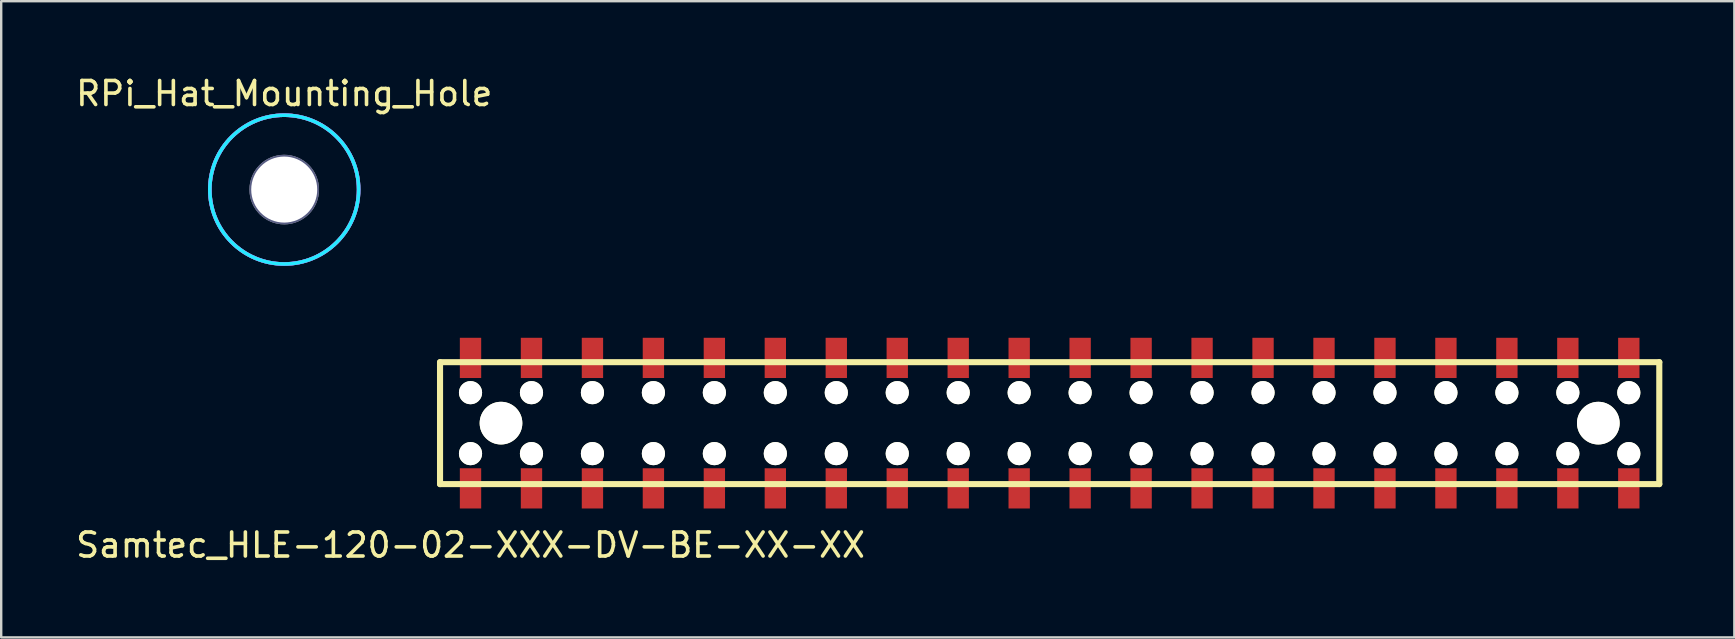
<source format=kicad_pcb>
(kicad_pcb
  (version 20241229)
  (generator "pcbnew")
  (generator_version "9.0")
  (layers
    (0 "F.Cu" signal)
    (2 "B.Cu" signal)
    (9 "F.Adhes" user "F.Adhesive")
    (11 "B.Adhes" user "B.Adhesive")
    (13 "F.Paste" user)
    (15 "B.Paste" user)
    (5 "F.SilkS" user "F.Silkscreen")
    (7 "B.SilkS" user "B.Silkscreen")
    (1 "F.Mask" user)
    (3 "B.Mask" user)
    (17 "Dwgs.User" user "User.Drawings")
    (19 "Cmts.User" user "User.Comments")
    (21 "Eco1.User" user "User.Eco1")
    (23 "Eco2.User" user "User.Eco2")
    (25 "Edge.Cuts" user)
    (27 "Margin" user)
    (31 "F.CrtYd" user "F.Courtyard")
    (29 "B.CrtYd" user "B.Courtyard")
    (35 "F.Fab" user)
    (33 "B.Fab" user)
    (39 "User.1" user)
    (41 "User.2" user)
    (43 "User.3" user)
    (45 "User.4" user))
  (footprint "RPi_Hat_Mounting_Hole"
    (layer "F.Cu")
    (at 8.792 4.849)
    (property "Reference" "RPi_Hat_Mounting_Hole" (at 0 -4 0) (layer "F.SilkS") (effects (font (size 1 1) (thickness 0.15))))
    (attr through_hole)
    (fp_circle (center 0 0) (end 3.1 0) (stroke (width 0.15) (type solid)) (fill no) (layer "B.CrtYd"))
    (fp_circle (center 0 0) (end 3.1 0) (stroke (width 0.15) (type solid)) (fill no) (layer "F.CrtYd"))
    (fp_circle (center 0 0) (end 1.375 0) (stroke (width 0.15) (type solid)) (fill no) (layer "B.Fab"))
    (fp_circle (center 0 0) (end 3.1 0) (stroke (width 0.15) (type solid)) (fill no) (layer "B.Fab"))
    (fp_circle (center 0 0) (end 1.375 0) (stroke (width 0.15) (type solid)) (fill no) (layer "F.Fab"))
    (fp_circle (center 0 0) (end 3.1 0) (stroke (width 0.15) (type solid)) (fill no) (layer "F.Fab"))
    (pad "" np_thru_hole circle (at 0 0) (size 2.75 2.75) (drill 2.75) (layers "*.Cu" "*.Mask")))
  (footprint "Samtec_HLE-120-02-XXX-DV-BE-XX-XX"
    (layer "F.Cu")
    (at 40.684 14.58)
    (property "Reference" "Samtec_HLE-120-02-XXX-DV-BE-XX-XX" (at -24.13 5.08 0) (layer "F.SilkS") (effects (font (size 1 1) (thickness 0.15))))
    (attr through_hole)
    (fp_line (start -25.4 -2.54) (end 25.4 -2.54) (stroke (width 0.254) (type solid)) (layer "F.SilkS"))
    (fp_line (start -25.4 2.54) (end -25.4 -2.54) (stroke (width 0.254) (type solid)) (layer "F.SilkS"))
    (fp_line (start 25.4 -2.54) (end 25.4 2.54) (stroke (width 0.254) (type solid)) (layer "F.SilkS"))
    (fp_line (start 25.4 2.54) (end -25.4 2.54) (stroke (width 0.254) (type solid)) (layer "F.SilkS"))
    (pad "" np_thru_hole circle (at -24.13 -1.27) (size 0.965 0.965) (drill 0.965) (layers "*.Cu" "*.Mask" "F.SilkS"))
    (pad "" np_thru_hole circle (at -24.13 1.27) (size 0.965 0.965) (drill 0.965) (layers "*.Cu" "*.Mask" "F.SilkS"))
    (pad "" np_thru_hole circle (at -22.86 0) (size 1.778 1.778) (drill 1.778) (layers "*.Cu" "*.Mask" "F.SilkS"))
    (pad "" np_thru_hole circle (at -21.59 -1.27) (size 0.965 0.965) (drill 0.965) (layers "*.Cu" "*.Mask" "F.SilkS"))
    (pad "" np_thru_hole circle (at -21.59 1.27) (size 0.965 0.965) (drill 0.965) (layers "*.Cu" "*.Mask" "F.SilkS"))
    (pad "" np_thru_hole circle (at -19.05 -1.27) (size 0.965 0.965) (drill 0.965) (layers "*.Cu" "*.Mask" "F.SilkS"))
    (pad "" np_thru_hole circle (at -19.05 1.27) (size 0.965 0.965) (drill 0.965) (layers "*.Cu" "*.Mask" "F.SilkS"))
    (pad "" np_thru_hole circle (at -16.51 -1.27) (size 0.965 0.965) (drill 0.965) (layers "*.Cu" "*.Mask" "F.SilkS"))
    (pad "" np_thru_hole circle (at -16.51 1.27) (size 0.965 0.965) (drill 0.965) (layers "*.Cu" "*.Mask" "F.SilkS"))
    (pad "" np_thru_hole circle (at -13.97 -1.27) (size 0.965 0.965) (drill 0.965) (layers "*.Cu" "*.Mask" "F.SilkS"))
    (pad "" np_thru_hole circle (at -13.97 1.27) (size 0.965 0.965) (drill 0.965) (layers "*.Cu" "*.Mask" "F.SilkS"))
    (pad "" np_thru_hole circle (at -11.43 -1.27) (size 0.965 0.965) (drill 0.965) (layers "*.Cu" "*.Mask" "F.SilkS"))
    (pad "" np_thru_hole circle (at -11.43 1.27) (size 0.965 0.965) (drill 0.965) (layers "*.Cu" "*.Mask" "F.SilkS"))
    (pad "" np_thru_hole circle (at -8.89 -1.27) (size 0.965 0.965) (drill 0.965) (layers "*.Cu" "*.Mask" "F.SilkS"))
    (pad "" np_thru_hole circle (at -8.89 1.27) (size 0.965 0.965) (drill 0.965) (layers "*.Cu" "*.Mask" "F.SilkS"))
    (pad "" np_thru_hole circle (at -6.35 -1.27) (size 0.965 0.965) (drill 0.965) (layers "*.Cu" "*.Mask" "F.SilkS"))
    (pad "" np_thru_hole circle (at -6.35 1.27) (size 0.965 0.965) (drill 0.965) (layers "*.Cu" "*.Mask" "F.SilkS"))
    (pad "" np_thru_hole circle (at -3.81 -1.27) (size 0.965 0.965) (drill 0.965) (layers "*.Cu" "*.Mask" "F.SilkS"))
    (pad "" np_thru_hole circle (at -3.81 1.27) (size 0.965 0.965) (drill 0.965) (layers "*.Cu" "*.Mask" "F.SilkS"))
    (pad "" np_thru_hole circle (at -1.27 -1.27) (size 0.965 0.965) (drill 0.965) (layers "*.Cu" "*.Mask" "F.SilkS"))
    (pad "" np_thru_hole circle (at -1.27 1.27) (size 0.965 0.965) (drill 0.965) (layers "*.Cu" "*.Mask" "F.SilkS"))
    (pad "" np_thru_hole circle (at 1.27 -1.27) (size 0.965 0.965) (drill 0.965) (layers "*.Cu" "*.Mask" "F.SilkS"))
    (pad "" np_thru_hole circle (at 1.27 1.27) (size 0.965 0.965) (drill 0.965) (layers "*.Cu" "*.Mask" "F.SilkS"))
    (pad "" np_thru_hole circle (at 3.81 -1.27) (size 0.965 0.965) (drill 0.965) (layers "*.Cu" "*.Mask" "F.SilkS"))
    (pad "" np_thru_hole circle (at 3.81 1.27) (size 0.965 0.965) (drill 0.965) (layers "*.Cu" "*.Mask" "F.SilkS"))
    (pad "" np_thru_hole circle (at 6.35 -1.27) (size 0.965 0.965) (drill 0.965) (layers "*.Cu" "*.Mask" "F.SilkS"))
    (pad "" np_thru_hole circle (at 6.35 1.27) (size 0.965 0.965) (drill 0.965) (layers "*.Cu" "*.Mask" "F.SilkS"))
    (pad "" np_thru_hole circle (at 8.89 -1.27) (size 0.965 0.965) (drill 0.965) (layers "*.Cu" "*.Mask" "F.SilkS"))
    (pad "" np_thru_hole circle (at 8.89 1.27) (size 0.965 0.965) (drill 0.965) (layers "*.Cu" "*.Mask" "F.SilkS"))
    (pad "" np_thru_hole circle (at 11.43 -1.27) (size 0.965 0.965) (drill 0.965) (layers "*.Cu" "*.Mask" "F.SilkS"))
    (pad "" np_thru_hole circle (at 11.43 1.27) (size 0.965 0.965) (drill 0.965) (layers "*.Cu" "*.Mask" "F.SilkS"))
    (pad "" np_thru_hole circle (at 13.97 -1.27) (size 0.965 0.965) (drill 0.965) (layers "*.Cu" "*.Mask" "F.SilkS"))
    (pad "" np_thru_hole circle (at 13.97 1.27) (size 0.965 0.965) (drill 0.965) (layers "*.Cu" "*.Mask" "F.SilkS"))
    (pad "" np_thru_hole circle (at 16.51 -1.27) (size 0.965 0.965) (drill 0.965) (layers "*.Cu" "*.Mask" "F.SilkS"))
    (pad "" np_thru_hole circle (at 16.51 1.27) (size 0.965 0.965) (drill 0.965) (layers "*.Cu" "*.Mask" "F.SilkS"))
    (pad "" np_thru_hole circle (at 19.05 -1.27) (size 0.965 0.965) (drill 0.965) (layers "*.Cu" "*.Mask" "F.SilkS"))
    (pad "" np_thru_hole circle (at 19.05 1.27) (size 0.965 0.965) (drill 0.965) (layers "*.Cu" "*.Mask" "F.SilkS"))
    (pad "" np_thru_hole circle (at 21.59 -1.27) (size 0.965 0.965) (drill 0.965) (layers "*.Cu" "*.Mask" "F.SilkS"))
    (pad "" np_thru_hole circle (at 21.59 1.27) (size 0.965 0.965) (drill 0.965) (layers "*.Cu" "*.Mask" "F.SilkS"))
    (pad "" np_thru_hole circle (at 22.86 0) (size 1.778 1.778) (drill 1.778) (layers "*.Cu" "*.Mask" "F.SilkS"))
    (pad "" np_thru_hole circle (at 24.13 -1.27) (size 0.965 0.965) (drill 0.965) (layers "*.Cu" "*.Mask" "F.SilkS"))
    (pad "" np_thru_hole circle (at 24.13 1.27) (size 0.965 0.965) (drill 0.965) (layers "*.Cu" "*.Mask" "F.SilkS"))
    (pad "1" smd rect (at -24.13 2.718 180) (size 0.889 1.676) (layers "F.Cu" "F.Mask" "F.Paste"))
    (pad "2" smd rect (at -24.13 -2.718 180) (size 0.889 1.676) (layers "F.Cu" "F.Mask" "F.Paste"))
    (pad "3" smd rect (at -21.59 2.718 180) (size 0.889 1.676) (layers "F.Cu" "F.Mask" "F.Paste"))
    (pad "4" smd rect (at -21.59 -2.718 180) (size 0.889 1.676) (layers "F.Cu" "F.Mask" "F.Paste"))
    (pad "5" smd rect (at -19.05 2.718 180) (size 0.889 1.676) (layers "F.Cu" "F.Mask" "F.Paste"))
    (pad "6" smd rect (at -19.05 -2.718 180) (size 0.889 1.676) (layers "F.Cu" "F.Mask" "F.Paste"))
    (pad "7" smd rect (at -16.51 2.718 180) (size 0.889 1.676) (layers "F.Cu" "F.Mask" "F.Paste"))
    (pad "8" smd rect (at -16.51 -2.718 180) (size 0.889 1.676) (layers "F.Cu" "F.Mask" "F.Paste"))
    (pad "9" smd rect (at -13.97 2.718 180) (size 0.889 1.676) (layers "F.Cu" "F.Mask" "F.Paste"))
    (pad "10" smd rect (at -13.97 -2.718 180) (size 0.889 1.676) (layers "F.Cu" "F.Mask" "F.Paste"))
    (pad "11" smd rect (at -11.43 2.718 180) (size 0.889 1.676) (layers "F.Cu" "F.Mask" "F.Paste"))
    (pad "12" smd rect (at -11.43 -2.718 180) (size 0.889 1.676) (layers "F.Cu" "F.Mask" "F.Paste"))
    (pad "13" smd rect (at -8.89 2.718 180) (size 0.889 1.676) (layers "F.Cu" "F.Mask" "F.Paste"))
    (pad "14" smd rect (at -8.89 -2.718 180) (size 0.889 1.676) (layers "F.Cu" "F.Mask" "F.Paste"))
    (pad "15" smd rect (at -6.35 2.718 180) (size 0.889 1.676) (layers "F.Cu" "F.Mask" "F.Paste"))
    (pad "16" smd rect (at -6.35 -2.718 180) (size 0.889 1.676) (layers "F.Cu" "F.Mask" "F.Paste"))
    (pad "17" smd rect (at -3.81 2.718 180) (size 0.889 1.676) (layers "F.Cu" "F.Mask" "F.Paste"))
    (pad "18" smd rect (at -3.81 -2.718 180) (size 0.889 1.676) (layers "F.Cu" "F.Mask" "F.Paste"))
    (pad "19" smd rect (at -1.27 2.718 180) (size 0.889 1.676) (layers "F.Cu" "F.Mask" "F.Paste"))
    (pad "20" smd rect (at -1.27 -2.718 180) (size 0.889 1.676) (layers "F.Cu" "F.Mask" "F.Paste"))
    (pad "21" smd rect (at 1.27 2.718 180) (size 0.889 1.676) (layers "F.Cu" "F.Mask" "F.Paste"))
    (pad "22" smd rect (at 1.27 -2.718 180) (size 0.889 1.676) (layers "F.Cu" "F.Mask" "F.Paste"))
    (pad "23" smd rect (at 3.81 2.718 180) (size 0.889 1.676) (layers "F.Cu" "F.Mask" "F.Paste"))
    (pad "24" smd rect (at 3.81 -2.718 180) (size 0.889 1.676) (layers "F.Cu" "F.Mask" "F.Paste"))
    (pad "25" smd rect (at 6.35 2.718 180) (size 0.889 1.676) (layers "F.Cu" "F.Mask" "F.Paste"))
    (pad "26" smd rect (at 6.35 -2.718 180) (size 0.889 1.676) (layers "F.Cu" "F.Mask" "F.Paste"))
    (pad "27" smd rect (at 8.89 2.718 180) (size 0.889 1.676) (layers "F.Cu" "F.Mask" "F.Paste"))
    (pad "28" smd rect (at 8.89 -2.718 180) (size 0.889 1.676) (layers "F.Cu" "F.Mask" "F.Paste"))
    (pad "29" smd rect (at 11.43 2.718 180) (size 0.889 1.676) (layers "F.Cu" "F.Mask" "F.Paste"))
    (pad "30" smd rect (at 11.43 -2.718 180) (size 0.889 1.676) (layers "F.Cu" "F.Mask" "F.Paste"))
    (pad "31" smd rect (at 13.97 2.718 180) (size 0.889 1.676) (layers "F.Cu" "F.Mask" "F.Paste"))
    (pad "32" smd rect (at 13.97 -2.718 180) (size 0.889 1.676) (layers "F.Cu" "F.Mask" "F.Paste"))
    (pad "33" smd rect (at 16.51 2.718 180) (size 0.889 1.676) (layers "F.Cu" "F.Mask" "F.Paste"))
    (pad "34" smd rect (at 16.51 -2.718 180) (size 0.889 1.676) (layers "F.Cu" "F.Mask" "F.Paste"))
    (pad "35" smd rect (at 19.05 2.718 180) (size 0.889 1.676) (layers "F.Cu" "F.Mask" "F.Paste"))
    (pad "36" smd rect (at 19.05 -2.718 180) (size 0.889 1.676) (layers "F.Cu" "F.Mask" "F.Paste"))
    (pad "37" smd rect (at 21.59 2.718 180) (size 0.889 1.676) (layers "F.Cu" "F.Mask" "F.Paste"))
    (pad "38" smd rect (at 21.59 -2.718 180) (size 0.889 1.676) (layers "F.Cu" "F.Mask" "F.Paste"))
    (pad "39" smd rect (at 24.13 2.718 180) (size 0.889 1.676) (layers "F.Cu" "F.Mask" "F.Paste"))
    (pad "40" smd rect (at 24.13 -2.718 180) (size 0.889 1.676) (layers "F.Cu" "F.Mask" "F.Paste")))
  (gr_rect
    (start -3 -3)
    (end 69.211 23.508)
    (stroke (width 0.1) (type default))
    (fill no)
    (layer "Edge.Cuts")))
</source>
